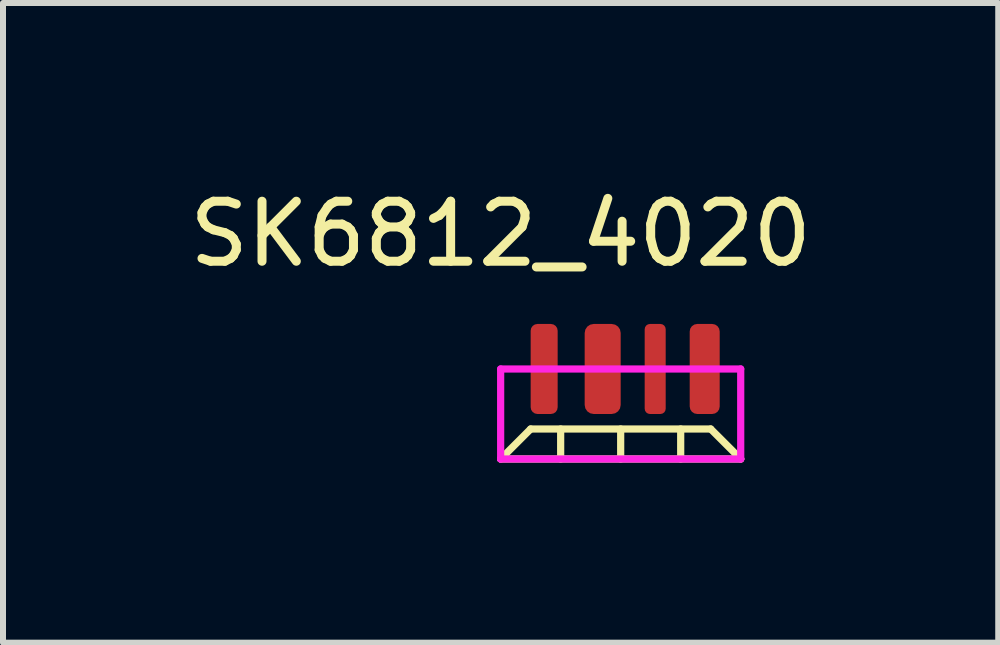
<source format=kicad_pcb>
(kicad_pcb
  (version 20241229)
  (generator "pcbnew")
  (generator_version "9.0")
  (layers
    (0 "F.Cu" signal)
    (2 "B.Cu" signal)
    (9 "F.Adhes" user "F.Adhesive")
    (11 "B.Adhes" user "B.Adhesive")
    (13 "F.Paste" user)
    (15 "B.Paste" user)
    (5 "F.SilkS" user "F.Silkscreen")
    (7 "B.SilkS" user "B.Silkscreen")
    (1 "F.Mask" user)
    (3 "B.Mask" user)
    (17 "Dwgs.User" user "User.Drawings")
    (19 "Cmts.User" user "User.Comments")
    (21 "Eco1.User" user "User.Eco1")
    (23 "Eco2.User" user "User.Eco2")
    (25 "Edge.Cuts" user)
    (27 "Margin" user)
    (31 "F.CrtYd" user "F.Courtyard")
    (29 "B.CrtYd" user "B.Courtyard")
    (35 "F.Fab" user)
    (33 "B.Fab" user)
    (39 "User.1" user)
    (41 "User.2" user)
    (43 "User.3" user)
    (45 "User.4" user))
  (footprint "SK6812_4020"
    (layer "F.Cu")
    (at 7.292 3.848)
    (property "Reference" "SK6812_4020" (at -2 -3 0) (layer "F.SilkS") (effects (font (size 1 1) (thickness 0.15))))
    (attr smd)
    (fp_line (start -2 0.75) (end -1.5 0.25) (stroke (width 0.12) (type solid)) (layer "F.SilkS"))
    (fp_line (start -2 0.75) (end 2 0.75) (stroke (width 0.12) (type solid)) (layer "F.SilkS"))
    (fp_line (start -1.5 0.25) (end 1.5 0.25) (stroke (width 0.12) (type solid)) (layer "F.SilkS"))
    (fp_line (start -1 0.75) (end -1 0.25) (stroke (width 0.12) (type solid)) (layer "F.SilkS"))
    (fp_line (start 0 0.75) (end 0 0.25) (stroke (width 0.12) (type solid)) (layer "F.SilkS"))
    (fp_line (start 1 0.75) (end 1 0.25) (stroke (width 0.12) (type solid)) (layer "F.SilkS"))
    (fp_line (start 1.5 0.25) (end 2 0.75) (stroke (width 0.12) (type solid)) (layer "F.SilkS"))
    (fp_line (start -2 -0.75) (end -2 0.75) (stroke (width 0.12) (type solid)) (layer "F.CrtYd"))
    (fp_line (start -2 0.75) (end 2 0.75) (stroke (width 0.12) (type solid)) (layer "F.CrtYd"))
    (fp_line (start 2 -0.75) (end -2 -0.75) (stroke (width 0.12) (type solid)) (layer "F.CrtYd"))
    (fp_line (start 2 0.75) (end 2 -0.75) (stroke (width 0.12) (type solid)) (layer "F.CrtYd"))
    (pad "1" smd roundrect (at -0.3 -0.75) (size 0.6 1.5) (layers "F.Cu" "F.Mask" "F.Paste") (roundrect_rratio 0.25))
    (pad "2" smd roundrect (at 0.575 -0.75) (size 0.35 1.5) (layers "F.Cu" "F.Mask" "F.Paste") (roundrect_rratio 0.25))
    (pad "3" smd roundrect (at 1.4 -0.75) (size 0.5 1.5) (layers "F.Cu" "F.Mask" "F.Paste") (roundrect_rratio 0.25))
    (pad "4" smd roundrect (at -1.275 -0.75) (size 0.45 1.5) (layers "F.Cu" "F.Mask" "F.Paste") (roundrect_rratio 0.25)))
  (gr_rect
    (start -3 -3)
    (end 13.583 7.658)
    (stroke (width 0.1) (type default))
    (fill no)
    (layer "Edge.Cuts")))
</source>
